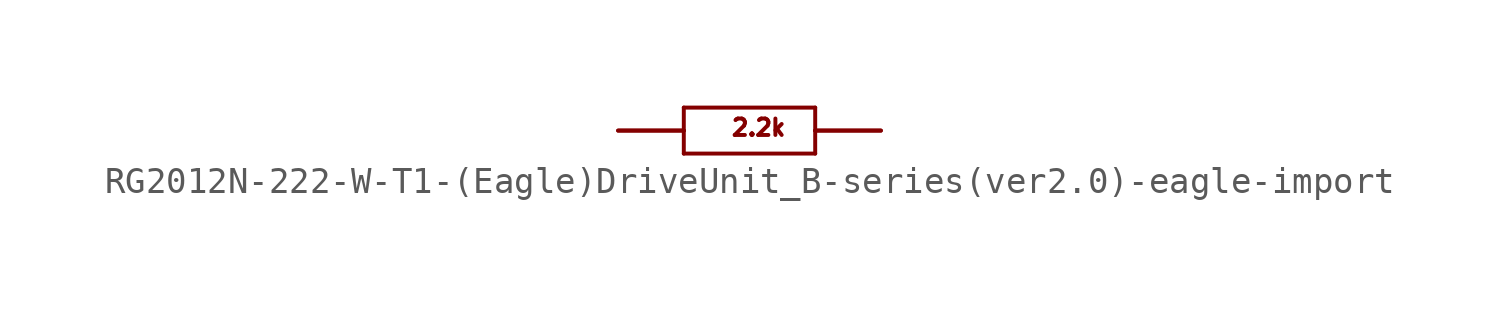
<source format=kicad_sym>
(kicad_symbol_lib
  (version 20220914)
  (generator kicad_symbol_editor)
  (symbol "RG2012N-222-W-T1-(Eagle)DriveUnit_B-series(ver2.0)-eagle-import"
    (pin_names
      (offset 1.016))
    (property "Reference" "R"
      (at 0 0 0)
      (effects (font (size 1.27 1.27)) hide))
    (property "ki_locked" ""
      (at 0 0 0)
      (effects (font (size 1.27 1.27))))
    (symbol "RG2012N-222-W-T1-(Eagle)DriveUnit_B-series(ver2.0)-eagle-import_1_0"
      (polyline (pts (xy -5.08 0) (xy -2.54 0)) (stroke (width 0) (type solid)) (fill (type none)))
      (polyline (pts (xy -2.54 -0.889) (xy -2.54 0)) (stroke (width 0) (type solid)) (fill (type none)))
      (polyline (pts (xy -2.54 -0.889) (xy 2.54 -0.889)) (stroke (width 0) (type solid)) (fill (type none)))
      (polyline (pts (xy -2.54 0) (xy -2.54 0.889)) (stroke (width 0) (type solid)) (fill (type none)))
      (polyline (pts (xy 2.54 -0.889) (xy 2.54 0)) (stroke (width 0) (type solid)) (fill (type none)))
      (polyline (pts (xy 2.54 0) (xy 2.54 0.889)) (stroke (width 0) (type solid)) (fill (type none)))
      (polyline (pts (xy 2.54 0) (xy 5.08 0)) (stroke (width 0) (type solid)) (fill (type none)))
      (polyline (pts (xy 2.54 0.889) (xy -2.54 0.889)) (stroke (width 0) (type solid)) (fill (type none)))
      (text "2.2k" (at -0.762 -0.254 0) (effects (font (size 0.635 0.635)) (justify left bottom)))
      (pin bidirectional line (at 5.08 0 180) (length 2.54) (name "P$1" (effects (font (size 0 0)))) (number "LEFT" (effects (font (size 0 0)))))
      (pin bidirectional line (at -5.08 0 0) (length 2.54) (name "P$2" (effects (font (size 0 0)))) (number "RIGHT" (effects (font (size 0 0))))))))
</source>
